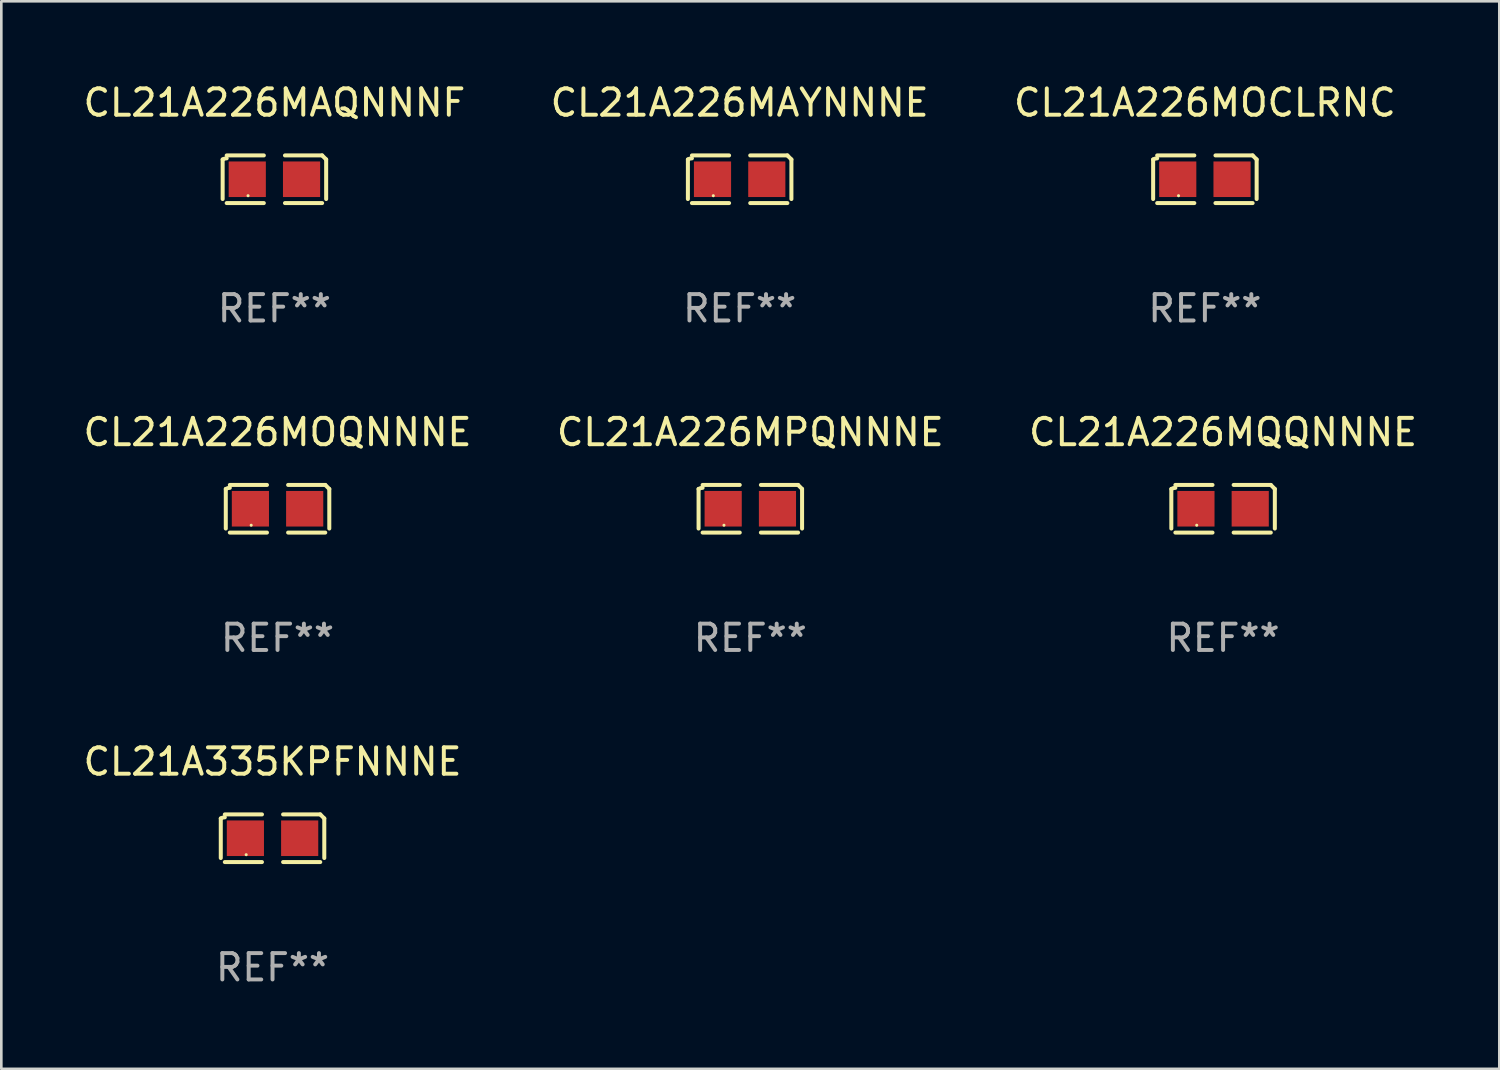
<source format=kicad_pcb>
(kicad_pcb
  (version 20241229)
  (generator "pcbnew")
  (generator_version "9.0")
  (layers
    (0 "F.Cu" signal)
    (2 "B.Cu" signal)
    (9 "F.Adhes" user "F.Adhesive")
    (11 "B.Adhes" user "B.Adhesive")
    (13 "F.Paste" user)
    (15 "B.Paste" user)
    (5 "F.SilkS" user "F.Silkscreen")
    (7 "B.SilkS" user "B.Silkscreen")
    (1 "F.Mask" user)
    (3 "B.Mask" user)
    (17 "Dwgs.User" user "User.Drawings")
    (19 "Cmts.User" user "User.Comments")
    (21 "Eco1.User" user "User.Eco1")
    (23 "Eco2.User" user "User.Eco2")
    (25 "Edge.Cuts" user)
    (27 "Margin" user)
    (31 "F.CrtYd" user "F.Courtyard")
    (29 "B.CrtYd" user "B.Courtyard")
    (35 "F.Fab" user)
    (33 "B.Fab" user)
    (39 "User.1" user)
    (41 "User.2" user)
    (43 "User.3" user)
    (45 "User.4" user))
  (footprint "CL21A226MOQNNNE"
    (layer "F.Cu")
    (at 7.482 16.256)
    (property "Reference" "CL21A226MOQNNNE" (at 0 -2.904 0) (layer "F.SilkS") (effects (font (size 1 1) (thickness 0.15))))
    (attr through_hole)
    (fp_line (start -1.964 0.751) (end -1.964 -0.751) (stroke (width 0.152) (type solid)) (layer "F.SilkS"))
    (fp_line (start -1.811 -0.904) (end -0.401 -0.904) (stroke (width 0.152) (type solid)) (layer "F.SilkS"))
    (fp_line (start -0.401 0.904) (end -1.811 0.904) (stroke (width 0.152) (type solid)) (layer "F.SilkS"))
    (fp_line (start 0.401 0.904) (end 1.811 0.904) (stroke (width 0.152) (type solid)) (layer "F.SilkS"))
    (fp_line (start 1.811 -0.904) (end 0.401 -0.904) (stroke (width 0.152) (type solid)) (layer "F.SilkS"))
    (fp_line (start 1.964 0.751) (end 1.964 -0.751) (stroke (width 0.152) (type solid)) (layer "F.SilkS"))
    (fp_arc (start -1.963602 -0.751207) (mid -1.890354 -0.783131) (end -1.811201 -0.794044) (stroke (width 0.1524) (type solid)) (layer "F.SilkS"))
    (fp_arc (start 1.811202 -0.903607) (mid 1.887413 -0.827418) (end 1.963602 -0.751207) (stroke (width 0.1524) (type solid)) (layer "F.SilkS"))
    (fp_circle (center -1 0.625) (end -0.97 0.625) (stroke (width 0.06) (type solid)) (fill no) (layer "F.SilkS"))
    (fp_text user "REF**" (at 0 4.904 0) (layer "F.Fab") (effects (font (size 1 1) (thickness 0.15))))
    (pad "1" smd rect (at -1.03 0) (size 1.41 1.35) (layers "F.Cu" "F.Mask" "F.Paste"))
    (pad "2" smd rect (at 1.03 0) (size 1.41 1.35) (layers "F.Cu" "F.Mask" "F.Paste")))
  (footprint "CL21A226MPQNNNE"
    (layer "F.Cu")
    (at 25.423 16.256)
    (property "Reference" "CL21A226MPQNNNE" (at 0 -2.904 0) (layer "F.SilkS") (effects (font (size 1 1) (thickness 0.15))))
    (attr through_hole)
    (fp_line (start -1.964 0.751) (end -1.964 -0.751) (stroke (width 0.152) (type solid)) (layer "F.SilkS"))
    (fp_line (start -1.811 -0.904) (end -0.401 -0.904) (stroke (width 0.152) (type solid)) (layer "F.SilkS"))
    (fp_line (start -0.401 0.904) (end -1.811 0.904) (stroke (width 0.152) (type solid)) (layer "F.SilkS"))
    (fp_line (start 0.401 0.904) (end 1.811 0.904) (stroke (width 0.152) (type solid)) (layer "F.SilkS"))
    (fp_line (start 1.811 -0.904) (end 0.401 -0.904) (stroke (width 0.152) (type solid)) (layer "F.SilkS"))
    (fp_line (start 1.964 0.751) (end 1.964 -0.751) (stroke (width 0.152) (type solid)) (layer "F.SilkS"))
    (fp_arc (start -1.963602 -0.751207) (mid -1.890354 -0.783131) (end -1.811201 -0.794044) (stroke (width 0.1524) (type solid)) (layer "F.SilkS"))
    (fp_arc (start 1.811202 -0.903607) (mid 1.887413 -0.827418) (end 1.963602 -0.751207) (stroke (width 0.1524) (type solid)) (layer "F.SilkS"))
    (fp_circle (center -1 0.625) (end -0.97 0.625) (stroke (width 0.06) (type solid)) (fill no) (layer "F.SilkS"))
    (fp_text user "REF**" (at 0 4.904 0) (layer "F.Fab") (effects (font (size 1 1) (thickness 0.15))))
    (pad "1" smd rect (at -1.03 0) (size 1.41 1.35) (layers "F.Cu" "F.Mask" "F.Paste"))
    (pad "2" smd rect (at 1.03 0) (size 1.41 1.35) (layers "F.Cu" "F.Mask" "F.Paste")))
  (footprint "CL21A335KPFNNNE"
    (layer "F.Cu")
    (at 7.292 28.759)
    (property "Reference" "CL21A335KPFNNNE" (at 0 -2.904 0) (layer "F.SilkS") (effects (font (size 1 1) (thickness 0.15))))
    (attr through_hole)
    (fp_line (start -1.964 0.751) (end -1.964 -0.751) (stroke (width 0.152) (type solid)) (layer "F.SilkS"))
    (fp_line (start -1.811 -0.904) (end -0.401 -0.904) (stroke (width 0.152) (type solid)) (layer "F.SilkS"))
    (fp_line (start -0.401 0.904) (end -1.811 0.904) (stroke (width 0.152) (type solid)) (layer "F.SilkS"))
    (fp_line (start 0.401 0.904) (end 1.811 0.904) (stroke (width 0.152) (type solid)) (layer "F.SilkS"))
    (fp_line (start 1.811 -0.904) (end 0.401 -0.904) (stroke (width 0.152) (type solid)) (layer "F.SilkS"))
    (fp_line (start 1.964 0.751) (end 1.964 -0.751) (stroke (width 0.152) (type solid)) (layer "F.SilkS"))
    (fp_arc (start -1.963602 -0.751207) (mid -1.890354 -0.783131) (end -1.811201 -0.794044) (stroke (width 0.1524) (type solid)) (layer "F.SilkS"))
    (fp_arc (start 1.811202 -0.903607) (mid 1.887413 -0.827418) (end 1.963602 -0.751207) (stroke (width 0.1524) (type solid)) (layer "F.SilkS"))
    (fp_circle (center -1 0.625) (end -0.97 0.625) (stroke (width 0.06) (type solid)) (fill no) (layer "F.SilkS"))
    (fp_text user "REF**" (at 0 4.904 0) (layer "F.Fab") (effects (font (size 1 1) (thickness 0.15))))
    (pad "1" smd rect (at -1.03 0) (size 1.41 1.35) (layers "F.Cu" "F.Mask" "F.Paste"))
    (pad "2" smd rect (at 1.03 0) (size 1.41 1.35) (layers "F.Cu" "F.Mask" "F.Paste")))
  (footprint "CL21A226MAYNNNE"
    (layer "F.Cu")
    (at 25.018 3.752)
    (property "Reference" "CL21A226MAYNNNE" (at 0 -2.904 0) (layer "F.SilkS") (effects (font (size 1 1) (thickness 0.15))))
    (attr through_hole)
    (fp_line (start -1.964 0.751) (end -1.964 -0.751) (stroke (width 0.152) (type solid)) (layer "F.SilkS"))
    (fp_line (start -1.811 -0.904) (end -0.401 -0.904) (stroke (width 0.152) (type solid)) (layer "F.SilkS"))
    (fp_line (start -0.401 0.904) (end -1.811 0.904) (stroke (width 0.152) (type solid)) (layer "F.SilkS"))
    (fp_line (start 0.401 0.904) (end 1.811 0.904) (stroke (width 0.152) (type solid)) (layer "F.SilkS"))
    (fp_line (start 1.811 -0.904) (end 0.401 -0.904) (stroke (width 0.152) (type solid)) (layer "F.SilkS"))
    (fp_line (start 1.964 0.751) (end 1.964 -0.751) (stroke (width 0.152) (type solid)) (layer "F.SilkS"))
    (fp_arc (start -1.963602 -0.751207) (mid -1.890354 -0.783131) (end -1.811201 -0.794044) (stroke (width 0.1524) (type solid)) (layer "F.SilkS"))
    (fp_arc (start 1.811202 -0.903607) (mid 1.887413 -0.827418) (end 1.963602 -0.751207) (stroke (width 0.1524) (type solid)) (layer "F.SilkS"))
    (fp_circle (center -1 0.625) (end -0.97 0.625) (stroke (width 0.06) (type solid)) (fill no) (layer "F.SilkS"))
    (fp_text user "REF**" (at 0 4.904 0) (layer "F.Fab") (effects (font (size 1 1) (thickness 0.15))))
    (pad "1" smd rect (at -1.03 0) (size 1.41 1.35) (layers "F.Cu" "F.Mask" "F.Paste"))
    (pad "2" smd rect (at 1.03 0) (size 1.41 1.35) (layers "F.Cu" "F.Mask" "F.Paste")))
  (footprint "CL21A226MQQNNNE"
    (layer "F.Cu")
    (at 43.363 16.256)
    (property "Reference" "CL21A226MQQNNNE" (at 0 -2.904 0) (layer "F.SilkS") (effects (font (size 1 1) (thickness 0.15))))
    (attr through_hole)
    (fp_line (start -1.964 0.751) (end -1.964 -0.751) (stroke (width 0.152) (type solid)) (layer "F.SilkS"))
    (fp_line (start -1.811 -0.904) (end -0.401 -0.904) (stroke (width 0.152) (type solid)) (layer "F.SilkS"))
    (fp_line (start -0.401 0.904) (end -1.811 0.904) (stroke (width 0.152) (type solid)) (layer "F.SilkS"))
    (fp_line (start 0.401 0.904) (end 1.811 0.904) (stroke (width 0.152) (type solid)) (layer "F.SilkS"))
    (fp_line (start 1.811 -0.904) (end 0.401 -0.904) (stroke (width 0.152) (type solid)) (layer "F.SilkS"))
    (fp_line (start 1.964 0.751) (end 1.964 -0.751) (stroke (width 0.152) (type solid)) (layer "F.SilkS"))
    (fp_arc (start -1.963602 -0.751207) (mid -1.890354 -0.783131) (end -1.811201 -0.794044) (stroke (width 0.1524) (type solid)) (layer "F.SilkS"))
    (fp_arc (start 1.811202 -0.903607) (mid 1.887413 -0.827418) (end 1.963602 -0.751207) (stroke (width 0.1524) (type solid)) (layer "F.SilkS"))
    (fp_circle (center -1 0.625) (end -0.97 0.625) (stroke (width 0.06) (type solid)) (fill no) (layer "F.SilkS"))
    (fp_text user "REF**" (at 0 4.904 0) (layer "F.Fab") (effects (font (size 1 1) (thickness 0.15))))
    (pad "1" smd rect (at -1.03 0) (size 1.41 1.35) (layers "F.Cu" "F.Mask" "F.Paste"))
    (pad "2" smd rect (at 1.03 0) (size 1.41 1.35) (layers "F.Cu" "F.Mask" "F.Paste")))
  (footprint "CL21A226MOCLRNC"
    (layer "F.Cu")
    (at 42.673 3.752)
    (property "Reference" "CL21A226MOCLRNC" (at 0 -2.904 0) (layer "F.SilkS") (effects (font (size 1 1) (thickness 0.15))))
    (attr through_hole)
    (fp_line (start -1.964 0.751) (end -1.964 -0.751) (stroke (width 0.152) (type solid)) (layer "F.SilkS"))
    (fp_line (start -1.811 -0.904) (end -0.401 -0.904) (stroke (width 0.152) (type solid)) (layer "F.SilkS"))
    (fp_line (start -0.401 0.904) (end -1.811 0.904) (stroke (width 0.152) (type solid)) (layer "F.SilkS"))
    (fp_line (start 0.401 0.904) (end 1.811 0.904) (stroke (width 0.152) (type solid)) (layer "F.SilkS"))
    (fp_line (start 1.811 -0.904) (end 0.401 -0.904) (stroke (width 0.152) (type solid)) (layer "F.SilkS"))
    (fp_line (start 1.964 0.751) (end 1.964 -0.751) (stroke (width 0.152) (type solid)) (layer "F.SilkS"))
    (fp_arc (start -1.963602 -0.751207) (mid -1.890354 -0.783131) (end -1.811201 -0.794044) (stroke (width 0.1524) (type solid)) (layer "F.SilkS"))
    (fp_arc (start 1.811202 -0.903607) (mid 1.887413 -0.827418) (end 1.963602 -0.751207) (stroke (width 0.1524) (type solid)) (layer "F.SilkS"))
    (fp_circle (center -1 0.625) (end -0.97 0.625) (stroke (width 0.06) (type solid)) (fill no) (layer "F.SilkS"))
    (fp_text user "REF**" (at 0 4.904 0) (layer "F.Fab") (effects (font (size 1 1) (thickness 0.15))))
    (pad "1" smd rect (at -1.03 0) (size 1.41 1.35) (layers "F.Cu" "F.Mask" "F.Paste"))
    (pad "2" smd rect (at 1.03 0) (size 1.41 1.35) (layers "F.Cu" "F.Mask" "F.Paste")))
  (footprint "CL21A226MAQNNNF"
    (layer "F.Cu")
    (at 7.363 3.752)
    (property "Reference" "CL21A226MAQNNNF" (at 0 -2.904 0) (layer "F.SilkS") (effects (font (size 1 1) (thickness 0.15))))
    (attr through_hole)
    (fp_line (start -1.964 0.751) (end -1.964 -0.751) (stroke (width 0.152) (type solid)) (layer "F.SilkS"))
    (fp_line (start -1.811 -0.904) (end -0.401 -0.904) (stroke (width 0.152) (type solid)) (layer "F.SilkS"))
    (fp_line (start -0.401 0.904) (end -1.811 0.904) (stroke (width 0.152) (type solid)) (layer "F.SilkS"))
    (fp_line (start 0.401 0.904) (end 1.811 0.904) (stroke (width 0.152) (type solid)) (layer "F.SilkS"))
    (fp_line (start 1.811 -0.904) (end 0.401 -0.904) (stroke (width 0.152) (type solid)) (layer "F.SilkS"))
    (fp_line (start 1.964 0.751) (end 1.964 -0.751) (stroke (width 0.152) (type solid)) (layer "F.SilkS"))
    (fp_arc (start -1.963602 -0.751207) (mid -1.890354 -0.783131) (end -1.811201 -0.794044) (stroke (width 0.1524) (type solid)) (layer "F.SilkS"))
    (fp_arc (start 1.811202 -0.903607) (mid 1.887413 -0.827418) (end 1.963602 -0.751207) (stroke (width 0.1524) (type solid)) (layer "F.SilkS"))
    (fp_circle (center -1 0.625) (end -0.97 0.625) (stroke (width 0.06) (type solid)) (fill no) (layer "F.SilkS"))
    (fp_text user "REF**" (at 0 4.904 0) (layer "F.Fab") (effects (font (size 1 1) (thickness 0.15))))
    (pad "1" smd rect (at -1.03 0) (size 1.41 1.35) (layers "F.Cu" "F.Mask" "F.Paste"))
    (pad "2" smd rect (at 1.03 0) (size 1.41 1.35) (layers "F.Cu" "F.Mask" "F.Paste")))
  (gr_rect
    (start -3 -3)
    (end 53.845 37.511)
    (stroke (width 0.1) (type default))
    (fill no)
    (layer "Edge.Cuts")))
</source>
